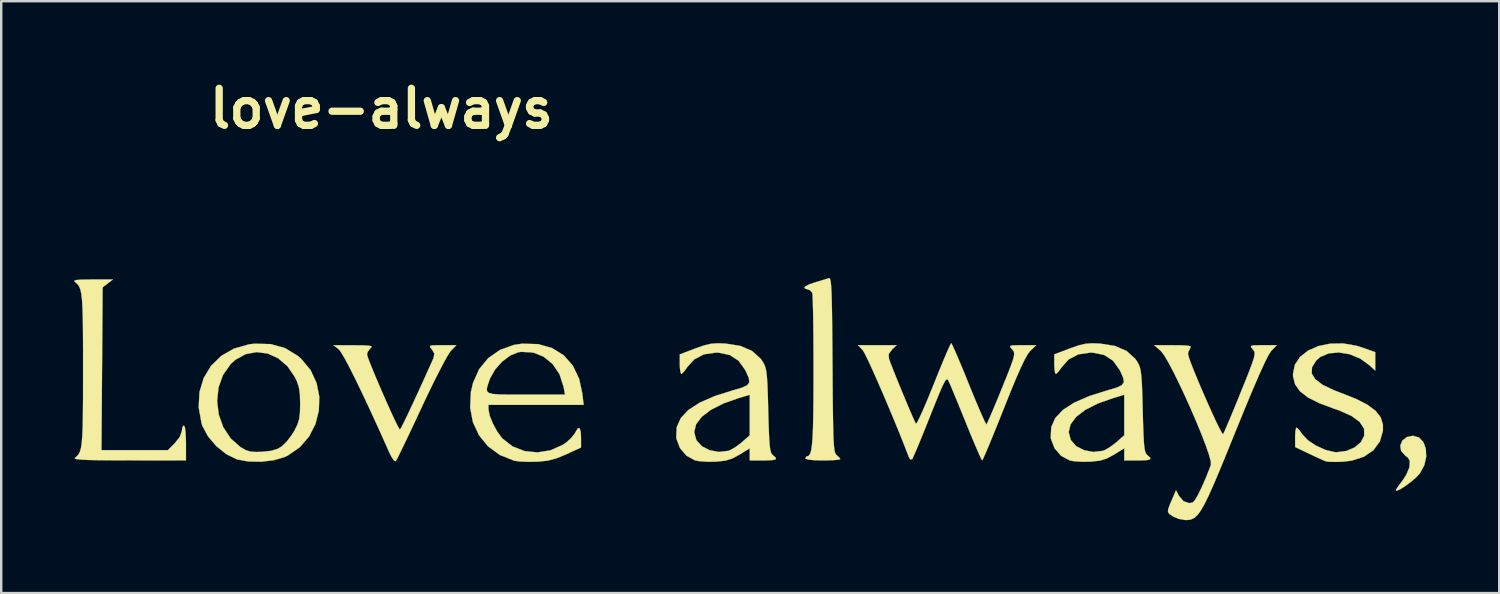
<source format=kicad_pcb>
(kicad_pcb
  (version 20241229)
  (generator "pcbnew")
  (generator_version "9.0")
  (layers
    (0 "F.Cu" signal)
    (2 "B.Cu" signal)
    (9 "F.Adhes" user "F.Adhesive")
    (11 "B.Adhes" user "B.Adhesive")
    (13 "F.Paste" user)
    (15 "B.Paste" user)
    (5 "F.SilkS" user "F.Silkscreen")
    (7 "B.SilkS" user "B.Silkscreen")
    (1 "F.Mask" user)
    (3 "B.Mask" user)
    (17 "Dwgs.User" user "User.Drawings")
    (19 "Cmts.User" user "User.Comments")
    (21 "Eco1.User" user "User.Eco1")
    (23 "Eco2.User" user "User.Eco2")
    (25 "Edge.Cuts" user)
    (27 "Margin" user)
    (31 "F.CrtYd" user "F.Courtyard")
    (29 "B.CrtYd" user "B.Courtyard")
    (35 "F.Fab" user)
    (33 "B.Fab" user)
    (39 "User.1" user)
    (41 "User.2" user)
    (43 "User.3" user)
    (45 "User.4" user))
  (footprint "love-always"
    (layer "F.Cu")
    (at 12.645 1.418)
    (property "Reference" "love-always" (at 0 0 0) (layer "F.SilkS") (effects (font (size 1.524 1.524) (thickness 0.3))))
    (attr through_hole)
    (fp_poly (pts (xy 42.695 13.534) (xy 42.875 13.725) (xy 42.976 14.003) (xy 42.99 14.33) (xy 42.913 14.674) (xy 42.738 14.998) (xy 42.705 15.04) (xy 42.55 15.2) (xy 42.343 15.374) (xy 42.122 15.537) (xy 41.924 15.662) (xy 41.785 15.725) (xy 41.741 15.709) (xy 41.789 15.616) (xy 41.913 15.442) (xy 41.998 15.333) (xy 42.166 15.074) (xy 42.282 14.804) (xy 42.303 14.719) (xy 42.315 14.501) (xy 42.241 14.363) (xy 42.13 14.28) (xy 41.958 14.09) (xy 41.923 13.869) (xy 42.007 13.663) (xy 42.196 13.513) (xy 42.44 13.462) (xy 42.695 13.534)) (stroke (width 0.01) (type solid)) (fill yes) (layer "F.SilkS"))
    (fp_poly (pts (xy -11.261 7.194) (xy -11.472 7.356) (xy -11.52 14.055) (xy -8.788 14.055) (xy -8.501 13.767) (xy -8.294 13.505) (xy -8.213 13.272) (xy -8.213 13.259) (xy -8.185 13.096) (xy -8.128 13.039) (xy -8.087 13.118) (xy -8.058 13.337) (xy -8.044 13.666) (xy -8.043 13.758) (xy -8.043 14.478) (xy -10.393 14.475) (xy -11.103 14.473) (xy -11.658 14.468) (xy -12.072 14.459) (xy -12.36 14.445) (xy -12.536 14.427) (xy -12.615 14.402) (xy -12.611 14.372) (xy -12.608 14.369) (xy -12.525 14.299) (xy -12.457 14.216) (xy -12.402 14.104) (xy -12.36 13.946) (xy -12.329 13.725) (xy -12.306 13.426) (xy -12.291 13.03) (xy -12.283 12.522) (xy -12.278 11.884) (xy -12.277 11.101) (xy -12.277 10.753) (xy -12.277 9.908) (xy -12.28 9.215) (xy -12.287 8.659) (xy -12.3 8.221) (xy -12.319 7.886) (xy -12.347 7.637) (xy -12.385 7.457) (xy -12.434 7.329) (xy -12.497 7.237) (xy -12.574 7.163) (xy -12.608 7.136) (xy -12.64 7.088) (xy -12.575 7.057) (xy -12.391 7.04) (xy -12.067 7.033) (xy -11.896 7.032) (xy -11.049 7.031) (xy -11.261 7.194)) (stroke (width 0.01) (type solid)) (fill yes) (layer "F.SilkS"))
    (fp_poly (pts (xy 18.44 6.979) (xy 18.467 7.027) (xy 18.488 7.132) (xy 18.506 7.308) (xy 18.52 7.571) (xy 18.531 7.934) (xy 18.541 8.412) (xy 18.548 9.018) (xy 18.555 9.767) (xy 18.561 10.54) (xy 18.567 11.421) (xy 18.573 12.147) (xy 18.581 12.735) (xy 18.59 13.2) (xy 18.601 13.556) (xy 18.616 13.82) (xy 18.634 14.005) (xy 18.657 14.129) (xy 18.685 14.205) (xy 18.718 14.25) (xy 18.733 14.261) (xy 18.851 14.37) (xy 18.881 14.424) (xy 18.802 14.448) (xy 18.594 14.467) (xy 18.294 14.477) (xy 18.161 14.478) (xy 17.811 14.469) (xy 17.562 14.443) (xy 17.446 14.404) (xy 17.441 14.393) (xy 17.496 14.311) (xy 17.512 14.309) (xy 17.579 14.288) (xy 17.634 14.218) (xy 17.679 14.083) (xy 17.713 13.869) (xy 17.739 13.562) (xy 17.758 13.148) (xy 17.77 12.612) (xy 17.777 11.941) (xy 17.78 11.119) (xy 17.78 10.798) (xy 17.779 10.088) (xy 17.775 9.428) (xy 17.769 8.839) (xy 17.761 8.34) (xy 17.751 7.951) (xy 17.74 7.693) (xy 17.729 7.585) (xy 17.626 7.468) (xy 17.564 7.451) (xy 17.427 7.4) (xy 17.403 7.372) (xy 17.45 7.309) (xy 17.621 7.226) (xy 17.818 7.159) (xy 18.097 7.076) (xy 18.321 7.006) (xy 18.409 6.976) (xy 18.44 6.979)) (stroke (width 0.01) (type solid)) (fill yes) (layer "F.SilkS"))
    (fp_poly (pts (xy 2.85 9.977) (xy 2.753 10.116) (xy 2.599 10.387) (xy 2.399 10.767) (xy 2.164 11.232) (xy 1.907 11.76) (xy 1.639 12.326) (xy 1.38 12.883) (xy 1.141 13.39) (xy 0.932 13.826) (xy 0.764 14.172) (xy 0.647 14.407) (xy 0.589 14.51) (xy 0.588 14.512) (xy 0.519 14.483) (xy 0.413 14.329) (xy 0.315 14.131) (xy -0.075 13.259) (xy -0.44 12.461) (xy -0.774 11.749) (xy -1.071 11.134) (xy -1.325 10.629) (xy -1.53 10.246) (xy -1.681 9.998) (xy -1.758 9.903) (xy -1.97 9.737) (xy -1.133 9.739) (xy -0.754 9.743) (xy -0.522 9.755) (xy -0.413 9.779) (xy -0.406 9.818) (xy -0.445 9.855) (xy -0.565 10.008) (xy -0.593 10.114) (xy -0.561 10.23) (xy -0.473 10.466) (xy -0.341 10.792) (xy -0.179 11.179) (xy 0.001 11.599) (xy 0.187 12.023) (xy 0.366 12.422) (xy 0.526 12.767) (xy 0.654 13.03) (xy 0.737 13.182) (xy 0.76 13.208) (xy 0.809 13.134) (xy 0.918 12.922) (xy 1.078 12.592) (xy 1.281 12.161) (xy 1.519 11.647) (xy 1.783 11.068) (xy 2.065 10.442) (xy 2.143 10.266) (xy 2.179 10.083) (xy 2.08 9.913) (xy 2.075 9.906) (xy 2.001 9.817) (xy 2.001 9.766) (xy 2.101 9.743) (xy 2.33 9.737) (xy 2.5 9.737) (xy 3.08 9.737) (xy 2.85 9.977)) (stroke (width 0.01) (type solid)) (fill yes) (layer "F.SilkS"))
    (fp_poly (pts (xy -4.554 9.691) (xy -3.963 9.857) (xy -3.441 10.175) (xy -3.296 10.301) (xy -2.912 10.766) (xy -2.667 11.295) (xy -2.556 11.859) (xy -2.575 12.433) (xy -2.718 12.988) (xy -2.981 13.498) (xy -3.36 13.936) (xy -3.85 14.275) (xy -3.972 14.333) (xy -4.416 14.467) (xy -4.942 14.531) (xy -5.476 14.521) (xy -5.943 14.434) (xy -5.954 14.43) (xy -6.386 14.219) (xy -6.796 13.888) (xy -7.139 13.483) (xy -7.37 13.051) (xy -7.4 12.96) (xy -7.52 12.292) (xy -7.506 12.029) (xy -6.761 12.029) (xy -6.696 12.585) (xy -6.509 13.109) (xy -6.206 13.57) (xy -5.803 13.926) (xy -5.587 14.052) (xy -5.387 14.115) (xy -5.132 14.13) (xy -4.911 14.122) (xy -4.533 14.081) (xy -4.261 13.997) (xy -4.093 13.894) (xy -3.899 13.705) (xy -3.693 13.436) (xy -3.585 13.262) (xy -3.458 13.009) (xy -3.385 12.778) (xy -3.352 12.505) (xy -3.344 12.147) (xy -3.355 11.758) (xy -3.395 11.471) (xy -3.478 11.221) (xy -3.561 11.048) (xy -3.869 10.598) (xy -4.252 10.273) (xy -4.683 10.079) (xy -5.136 10.021) (xy -5.586 10.104) (xy -6.005 10.333) (xy -6.199 10.508) (xy -6.517 10.957) (xy -6.703 11.476) (xy -6.761 12.029) (xy -7.506 12.029) (xy -7.487 11.662) (xy -7.314 11.088) (xy -7.012 10.587) (xy -6.593 10.177) (xy -6.069 9.876) (xy -5.451 9.701) (xy -5.223 9.674) (xy -4.554 9.691)) (stroke (width 0.01) (type solid)) (fill yes) (layer "F.SilkS"))
    (fp_poly (pts (xy 40.125 9.759) (xy 40.339 9.826) (xy 40.894 10.022) (xy 40.894 10.784) (xy 40.661 10.567) (xy 40.272 10.285) (xy 39.838 10.107) (xy 39.395 10.035) (xy 38.98 10.073) (xy 38.628 10.223) (xy 38.46 10.372) (xy 38.292 10.645) (xy 38.28 10.899) (xy 38.426 11.139) (xy 38.734 11.37) (xy 39.207 11.595) (xy 39.445 11.685) (xy 40.085 11.937) (xy 40.569 12.184) (xy 40.909 12.437) (xy 41.119 12.707) (xy 41.211 13.007) (xy 41.21 13.256) (xy 41.083 13.699) (xy 40.817 14.059) (xy 40.426 14.325) (xy 39.922 14.487) (xy 39.554 14.531) (xy 39.245 14.539) (xy 38.994 14.533) (xy 38.862 14.515) (xy 38.726 14.459) (xy 38.488 14.35) (xy 38.195 14.213) (xy 38.167 14.199) (xy 37.599 13.928) (xy 37.596 13.525) (xy 37.605 13.292) (xy 37.635 13.148) (xy 37.656 13.127) (xy 37.738 13.194) (xy 37.86 13.355) (xy 37.888 13.398) (xy 38.117 13.643) (xy 38.454 13.868) (xy 38.838 14.042) (xy 39.209 14.133) (xy 39.316 14.139) (xy 39.715 14.085) (xy 40.053 13.939) (xy 40.303 13.724) (xy 40.438 13.464) (xy 40.434 13.181) (xy 40.424 13.153) (xy 40.25 12.89) (xy 39.918 12.649) (xy 39.422 12.426) (xy 39.217 12.355) (xy 38.592 12.123) (xy 38.122 11.886) (xy 37.795 11.632) (xy 37.596 11.351) (xy 37.513 11.03) (xy 37.508 10.922) (xy 37.585 10.541) (xy 37.801 10.216) (xy 38.132 9.957) (xy 38.554 9.772) (xy 39.043 9.672) (xy 39.575 9.664) (xy 40.125 9.759)) (stroke (width 0.01) (type solid)) (fill yes) (layer "F.SilkS"))
    (fp_poly (pts (xy 6.452 9.692) (xy 7.025 9.854) (xy 7.503 10.152) (xy 7.877 10.577) (xy 8.136 11.122) (xy 8.264 11.712) (xy 8.321 12.192) (xy 4.403 12.192) (xy 4.405 12.383) (xy 4.456 12.639) (xy 4.586 12.961) (xy 4.764 13.288) (xy 4.96 13.555) (xy 4.979 13.576) (xy 5.398 13.902) (xy 5.889 14.093) (xy 6.418 14.147) (xy 6.952 14.063) (xy 7.458 13.837) (xy 7.605 13.738) (xy 7.81 13.553) (xy 7.96 13.361) (xy 7.978 13.326) (xy 8.081 13.156) (xy 8.157 13.151) (xy 8.202 13.306) (xy 8.213 13.534) (xy 8.213 13.945) (xy 7.602 14.227) (xy 7.202 14.392) (xy 6.851 14.485) (xy 6.459 14.527) (xy 6.353 14.532) (xy 6.002 14.534) (xy 5.685 14.52) (xy 5.468 14.491) (xy 5.461 14.489) (xy 4.873 14.255) (xy 4.387 13.899) (xy 4.014 13.441) (xy 3.764 12.902) (xy 3.65 12.302) (xy 3.681 11.662) (xy 3.714 11.519) (xy 4.337 11.519) (xy 4.345 11.629) (xy 4.423 11.701) (xy 4.59 11.743) (xy 4.864 11.763) (xy 5.265 11.769) (xy 5.813 11.769) (xy 5.936 11.769) (xy 7.554 11.769) (xy 7.496 11.451) (xy 7.329 10.936) (xy 7.05 10.518) (xy 6.679 10.212) (xy 6.241 10.037) (xy 5.756 10.01) (xy 5.623 10.029) (xy 5.301 10.159) (xy 4.972 10.407) (xy 4.683 10.729) (xy 4.479 11.081) (xy 4.451 11.154) (xy 4.379 11.363) (xy 4.337 11.519) (xy 3.714 11.519) (xy 3.765 11.297) (xy 4.015 10.731) (xy 4.391 10.271) (xy 4.874 9.932) (xy 5.447 9.725) (xy 5.794 9.673) (xy 6.452 9.692)) (stroke (width 0.01) (type solid)) (fill yes) (layer "F.SilkS"))
    (fp_poly (pts (xy 14.167 9.67) (xy 14.774 9.767) (xy 15.253 9.974) (xy 15.605 10.292) (xy 15.688 10.411) (xy 15.752 10.525) (xy 15.801 10.651) (xy 15.837 10.815) (xy 15.863 11.042) (xy 15.883 11.359) (xy 15.9 11.791) (xy 15.915 12.365) (xy 15.917 12.432) (xy 15.933 13.022) (xy 15.95 13.465) (xy 15.969 13.785) (xy 15.994 14.002) (xy 16.026 14.141) (xy 16.068 14.223) (xy 16.108 14.261) (xy 16.226 14.366) (xy 16.224 14.431) (xy 16.087 14.466) (xy 15.799 14.478) (xy 15.706 14.478) (xy 15.155 14.478) (xy 15.155 13.977) (xy 14.734 14.239) (xy 14.44 14.398) (xy 14.153 14.486) (xy 13.792 14.526) (xy 13.74 14.529) (xy 13.401 14.532) (xy 13.094 14.511) (xy 12.908 14.478) (xy 12.554 14.284) (xy 12.286 13.974) (xy 12.14 13.591) (xy 12.131 13.525) (xy 12.141 13.312) (xy 12.87 13.312) (xy 12.956 13.635) (xy 12.959 13.641) (xy 13.182 13.892) (xy 13.508 14.059) (xy 13.886 14.129) (xy 14.265 14.084) (xy 14.336 14.06) (xy 14.527 13.956) (xy 14.761 13.787) (xy 14.85 13.713) (xy 15.155 13.444) (xy 15.155 11.778) (xy 14.711 11.908) (xy 14.066 12.136) (xy 13.552 12.398) (xy 13.176 12.686) (xy 12.946 12.994) (xy 12.87 13.312) (xy 12.141 13.312) (xy 12.151 13.11) (xy 12.316 12.737) (xy 12.629 12.402) (xy 13.095 12.1) (xy 13.719 11.828) (xy 14.466 11.592) (xy 14.832 11.485) (xy 15.05 11.385) (xy 15.139 11.263) (xy 15.118 11.088) (xy 15.004 10.83) (xy 14.965 10.751) (xy 14.694 10.374) (xy 14.332 10.14) (xy 13.876 10.044) (xy 13.762 10.041) (xy 13.266 10.113) (xy 12.867 10.323) (xy 12.593 10.627) (xy 12.461 10.81) (xy 12.36 10.913) (xy 12.34 10.921) (xy 12.303 10.846) (xy 12.28 10.653) (xy 12.277 10.518) (xy 12.277 10.114) (xy 12.911 9.872) (xy 13.275 9.744) (xy 13.563 9.676) (xy 13.854 9.657) (xy 14.167 9.67)) (stroke (width 0.01) (type solid)) (fill yes) (layer "F.SilkS"))
    (fp_poly (pts (xy 29.576 9.67) (xy 30.183 9.767) (xy 30.662 9.974) (xy 31.015 10.292) (xy 31.098 10.411) (xy 31.161 10.525) (xy 31.21 10.651) (xy 31.246 10.815) (xy 31.272 11.042) (xy 31.293 11.359) (xy 31.309 11.791) (xy 31.325 12.365) (xy 31.326 12.432) (xy 31.342 13.022) (xy 31.359 13.465) (xy 31.378 13.785) (xy 31.403 14.002) (xy 31.435 14.141) (xy 31.477 14.223) (xy 31.517 14.261) (xy 31.635 14.366) (xy 31.633 14.431) (xy 31.496 14.466) (xy 31.209 14.478) (xy 31.115 14.478) (xy 30.565 14.478) (xy 30.565 13.977) (xy 30.144 14.239) (xy 29.849 14.398) (xy 29.563 14.486) (xy 29.202 14.526) (xy 29.149 14.529) (xy 28.811 14.532) (xy 28.504 14.511) (xy 28.318 14.478) (xy 27.963 14.284) (xy 27.695 13.974) (xy 27.549 13.591) (xy 27.54 13.525) (xy 27.551 13.312) (xy 28.28 13.312) (xy 28.365 13.635) (xy 28.369 13.641) (xy 28.591 13.892) (xy 28.917 14.059) (xy 29.296 14.129) (xy 29.674 14.084) (xy 29.745 14.06) (xy 29.936 13.956) (xy 30.171 13.787) (xy 30.259 13.713) (xy 30.565 13.444) (xy 30.565 11.778) (xy 30.12 11.908) (xy 29.475 12.136) (xy 28.961 12.398) (xy 28.585 12.686) (xy 28.356 12.994) (xy 28.28 13.312) (xy 27.551 13.312) (xy 27.561 13.11) (xy 27.725 12.737) (xy 28.038 12.402) (xy 28.504 12.1) (xy 29.129 11.828) (xy 29.876 11.592) (xy 30.241 11.485) (xy 30.459 11.385) (xy 30.549 11.263) (xy 30.528 11.088) (xy 30.414 10.83) (xy 30.374 10.751) (xy 30.103 10.374) (xy 29.742 10.14) (xy 29.285 10.044) (xy 29.171 10.041) (xy 28.675 10.113) (xy 28.276 10.323) (xy 28.003 10.627) (xy 27.87 10.81) (xy 27.769 10.913) (xy 27.75 10.921) (xy 27.713 10.846) (xy 27.69 10.653) (xy 27.686 10.518) (xy 27.686 10.114) (xy 28.321 9.872) (xy 28.684 9.744) (xy 28.972 9.676) (xy 29.263 9.657) (xy 29.576 9.67)) (stroke (width 0.01) (type solid)) (fill yes) (layer "F.SilkS"))
    (fp_poly (pts (xy 32.972 9.741) (xy 33.2 9.757) (xy 33.301 9.787) (xy 33.294 9.835) (xy 33.291 9.838) (xy 33.203 10.007) (xy 33.189 10.098) (xy 33.221 10.226) (xy 33.307 10.47) (xy 33.438 10.801) (xy 33.599 11.194) (xy 33.781 11.621) (xy 33.971 12.056) (xy 34.157 12.472) (xy 34.327 12.841) (xy 34.471 13.136) (xy 34.575 13.332) (xy 34.629 13.401) (xy 34.632 13.399) (xy 34.679 13.305) (xy 34.779 13.077) (xy 34.921 12.741) (xy 35.096 12.321) (xy 35.292 11.841) (xy 35.347 11.704) (xy 35.568 11.158) (xy 35.73 10.747) (xy 35.84 10.449) (xy 35.905 10.242) (xy 35.931 10.104) (xy 35.924 10.012) (xy 35.89 9.946) (xy 35.855 9.905) (xy 35.782 9.816) (xy 35.783 9.765) (xy 35.887 9.743) (xy 36.12 9.737) (xy 36.272 9.737) (xy 36.841 9.737) (xy 36.615 9.97) (xy 36.513 10.122) (xy 36.357 10.429) (xy 36.145 10.89) (xy 35.878 11.506) (xy 35.554 12.28) (xy 35.174 13.211) (xy 35.123 13.335) (xy 34.78 14.183) (xy 34.49 14.887) (xy 34.248 15.46) (xy 34.044 15.915) (xy 33.872 16.266) (xy 33.724 16.526) (xy 33.592 16.709) (xy 33.469 16.827) (xy 33.348 16.895) (xy 33.22 16.925) (xy 33.082 16.931) (xy 32.804 16.882) (xy 32.575 16.784) (xy 32.431 16.689) (xy 32.364 16.603) (xy 32.373 16.479) (xy 32.453 16.268) (xy 32.519 16.115) (xy 32.695 15.706) (xy 32.815 15.933) (xy 33.001 16.153) (xy 33.235 16.235) (xy 33.384 16.208) (xy 33.474 16.109) (xy 33.606 15.884) (xy 33.762 15.565) (xy 33.927 15.186) (xy 34.086 14.78) (xy 34.133 14.647) (xy 34.123 14.5) (xy 34.048 14.227) (xy 33.917 13.852) (xy 33.743 13.4) (xy 33.536 12.896) (xy 33.307 12.365) (xy 33.067 11.831) (xy 32.826 11.319) (xy 32.597 10.853) (xy 32.389 10.459) (xy 32.214 10.162) (xy 32.083 9.985) (xy 32.067 9.97) (xy 31.799 9.737) (xy 32.596 9.737) (xy 32.972 9.741)) (stroke (width 0.01) (type solid)) (fill yes) (layer "F.SilkS"))
    (fp_poly (pts (xy 23.491 9.729) (xy 23.588 9.939) (xy 23.727 10.261) (xy 23.9 10.672) (xy 24.095 11.149) (xy 24.172 11.339) (xy 24.373 11.833) (xy 24.555 12.267) (xy 24.707 12.618) (xy 24.821 12.866) (xy 24.886 12.986) (xy 24.896 12.994) (xy 24.941 12.91) (xy 25.038 12.694) (xy 25.176 12.371) (xy 25.345 11.967) (xy 25.526 11.523) (xy 25.731 11.015) (xy 25.878 10.639) (xy 25.974 10.373) (xy 26.025 10.192) (xy 26.037 10.073) (xy 26.016 9.993) (xy 25.969 9.927) (xy 25.953 9.909) (xy 25.877 9.818) (xy 25.875 9.766) (xy 25.974 9.743) (xy 26.202 9.737) (xy 26.369 9.737) (xy 26.942 9.737) (xy 26.699 9.97) (xy 26.597 10.101) (xy 26.467 10.329) (xy 26.305 10.667) (xy 26.103 11.129) (xy 25.856 11.726) (xy 25.611 12.339) (xy 25.387 12.902) (xy 25.182 13.408) (xy 25.004 13.84) (xy 24.862 14.175) (xy 24.765 14.394) (xy 24.72 14.477) (xy 24.72 14.477) (xy 24.676 14.403) (xy 24.58 14.195) (xy 24.442 13.877) (xy 24.272 13.472) (xy 24.081 13.006) (xy 24.052 12.933) (xy 23.853 12.443) (xy 23.671 11.997) (xy 23.516 11.623) (xy 23.399 11.347) (xy 23.333 11.199) (xy 23.331 11.194) (xy 23.293 11.142) (xy 23.249 11.145) (xy 23.188 11.218) (xy 23.103 11.379) (xy 22.985 11.645) (xy 22.826 12.031) (xy 22.616 12.556) (xy 22.569 12.675) (xy 22.368 13.176) (xy 22.186 13.625) (xy 22.031 13.996) (xy 21.914 14.267) (xy 21.845 14.412) (xy 21.835 14.429) (xy 21.755 14.429) (xy 21.704 14.344) (xy 21.53 13.893) (xy 21.326 13.38) (xy 21.101 12.831) (xy 20.865 12.268) (xy 20.63 11.716) (xy 20.405 11.199) (xy 20.2 10.739) (xy 20.026 10.362) (xy 19.893 10.091) (xy 19.812 9.949) (xy 19.805 9.941) (xy 19.613 9.737) (xy 21.199 9.737) (xy 21.01 9.913) (xy 20.874 10.101) (xy 20.878 10.272) (xy 20.941 10.449) (xy 21.05 10.731) (xy 21.192 11.086) (xy 21.353 11.481) (xy 21.521 11.887) (xy 21.681 12.269) (xy 21.822 12.597) (xy 21.929 12.839) (xy 21.99 12.962) (xy 21.995 12.97) (xy 22.043 12.913) (xy 22.141 12.72) (xy 22.281 12.412) (xy 22.453 12.012) (xy 22.646 11.541) (xy 22.727 11.341) (xy 22.926 10.844) (xy 23.107 10.405) (xy 23.258 10.047) (xy 23.371 9.793) (xy 23.436 9.664) (xy 23.446 9.653) (xy 23.491 9.729)) (stroke (width 0.01) (type solid)) (fill yes) (layer "F.SilkS")))
  (gr_rect
    (start -3 -3)
    (end 58.64 21.354)
    (stroke (width 0.1) (type default))
    (fill no)
    (layer "Edge.Cuts")))
</source>
